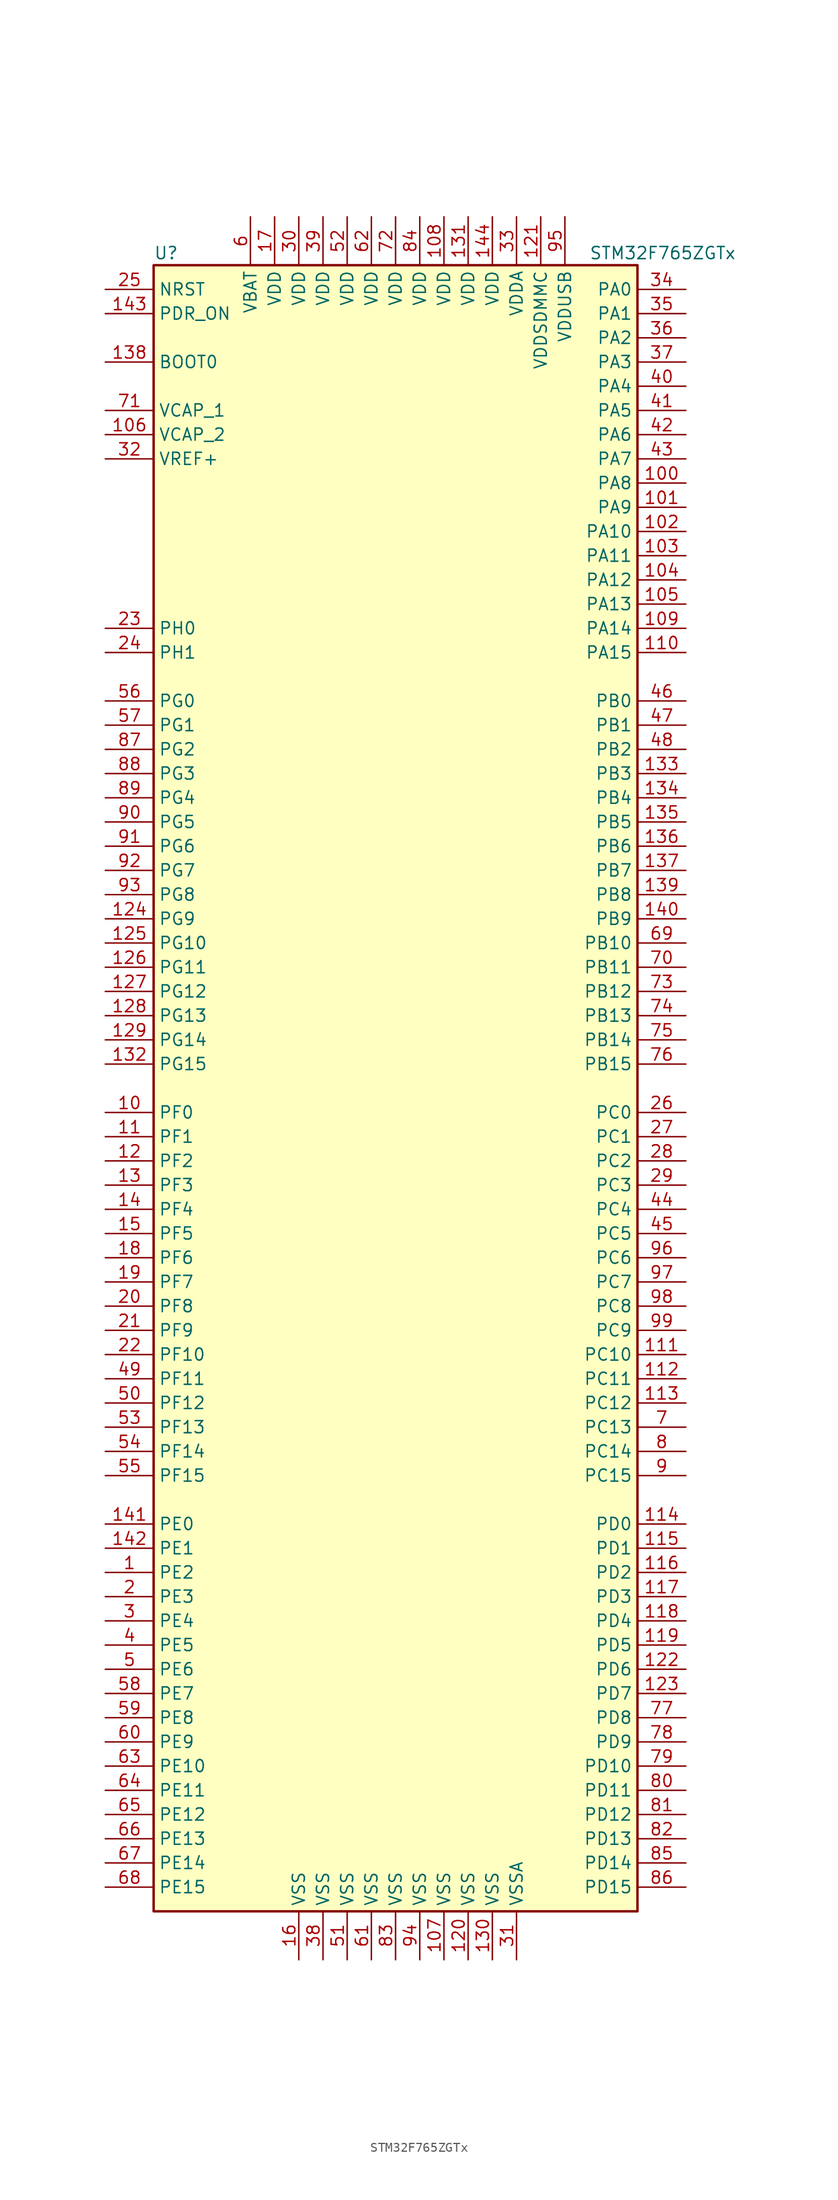
<source format=kicad_sym>
(kicad_symbol_lib
  (version 20201005)
  (generator kicad_symbol_editor)
  (symbol "STM32F765ZGTx"
    (property "Reference" "U"
      (at -25.4 87.63 0)
      (effects (font (size 1.27 1.27)) (justify left)))
    (property "Value" "STM32F765ZGTx"
      (at 20.32 87.63 0)
      (effects (font (size 1.27 1.27)) (justify left)))
    (symbol "STM32F765ZGTx_0_1"
      (rectangle (start -25.4 -86.36) (end 25.4 86.36) (stroke (width 0.254)) (fill (type background))))
    (symbol "STM32F765ZGTx_1_1"
      (pin bidirectional line (at -30.48 -50.8 0) (length 5.08) (name "PE2" (effects (font (size 1.27 1.27)))) (number "1" (effects (font (size 1.27 1.27)))))
      (pin bidirectional line (at -30.48 -2.54 0) (length 5.08) (name "PF0" (effects (font (size 1.27 1.27)))) (number "10" (effects (font (size 1.27 1.27)))))
      (pin bidirectional line (at 30.48 63.5 180) (length 5.08) (name "PA8" (effects (font (size 1.27 1.27)))) (number "100" (effects (font (size 1.27 1.27)))))
      (pin bidirectional line (at 30.48 60.96 180) (length 5.08) (name "PA9" (effects (font (size 1.27 1.27)))) (number "101" (effects (font (size 1.27 1.27)))))
      (pin bidirectional line (at 30.48 58.42 180) (length 5.08) (name "PA10" (effects (font (size 1.27 1.27)))) (number "102" (effects (font (size 1.27 1.27)))))
      (pin bidirectional line (at 30.48 55.88 180) (length 5.08) (name "PA11" (effects (font (size 1.27 1.27)))) (number "103" (effects (font (size 1.27 1.27)))))
      (pin bidirectional line (at 30.48 53.34 180) (length 5.08) (name "PA12" (effects (font (size 1.27 1.27)))) (number "104" (effects (font (size 1.27 1.27)))))
      (pin bidirectional line (at 30.48 50.8 180) (length 5.08) (name "PA13" (effects (font (size 1.27 1.27)))) (number "105" (effects (font (size 1.27 1.27)))))
      (pin power_in line (at -30.48 68.58 0) (length 5.08) (name "VCAP_2" (effects (font (size 1.27 1.27)))) (number "106" (effects (font (size 1.27 1.27)))))
      (pin power_in line (at 5.08 -91.44 90) (length 5.08) (name "VSS" (effects (font (size 1.27 1.27)))) (number "107" (effects (font (size 1.27 1.27)))))
      (pin power_in line (at 5.08 91.44 270) (length 5.08) (name "VDD" (effects (font (size 1.27 1.27)))) (number "108" (effects (font (size 1.27 1.27)))))
      (pin bidirectional line (at 30.48 48.26 180) (length 5.08) (name "PA14" (effects (font (size 1.27 1.27)))) (number "109" (effects (font (size 1.27 1.27)))))
      (pin bidirectional line (at -30.48 -5.08 0) (length 5.08) (name "PF1" (effects (font (size 1.27 1.27)))) (number "11" (effects (font (size 1.27 1.27)))))
      (pin bidirectional line (at 30.48 45.72 180) (length 5.08) (name "PA15" (effects (font (size 1.27 1.27)))) (number "110" (effects (font (size 1.27 1.27)))))
      (pin bidirectional line (at 30.48 -27.94 180) (length 5.08) (name "PC10" (effects (font (size 1.27 1.27)))) (number "111" (effects (font (size 1.27 1.27)))))
      (pin bidirectional line (at 30.48 -30.48 180) (length 5.08) (name "PC11" (effects (font (size 1.27 1.27)))) (number "112" (effects (font (size 1.27 1.27)))))
      (pin bidirectional line (at 30.48 -33.02 180) (length 5.08) (name "PC12" (effects (font (size 1.27 1.27)))) (number "113" (effects (font (size 1.27 1.27)))))
      (pin bidirectional line (at 30.48 -45.72 180) (length 5.08) (name "PD0" (effects (font (size 1.27 1.27)))) (number "114" (effects (font (size 1.27 1.27)))))
      (pin bidirectional line (at 30.48 -48.26 180) (length 5.08) (name "PD1" (effects (font (size 1.27 1.27)))) (number "115" (effects (font (size 1.27 1.27)))))
      (pin bidirectional line (at 30.48 -50.8 180) (length 5.08) (name "PD2" (effects (font (size 1.27 1.27)))) (number "116" (effects (font (size 1.27 1.27)))))
      (pin bidirectional line (at 30.48 -53.34 180) (length 5.08) (name "PD3" (effects (font (size 1.27 1.27)))) (number "117" (effects (font (size 1.27 1.27)))))
      (pin bidirectional line (at 30.48 -55.88 180) (length 5.08) (name "PD4" (effects (font (size 1.27 1.27)))) (number "118" (effects (font (size 1.27 1.27)))))
      (pin bidirectional line (at 30.48 -58.42 180) (length 5.08) (name "PD5" (effects (font (size 1.27 1.27)))) (number "119" (effects (font (size 1.27 1.27)))))
      (pin bidirectional line (at -30.48 -7.62 0) (length 5.08) (name "PF2" (effects (font (size 1.27 1.27)))) (number "12" (effects (font (size 1.27 1.27)))))
      (pin power_in line (at 7.62 -91.44 90) (length 5.08) (name "VSS" (effects (font (size 1.27 1.27)))) (number "120" (effects (font (size 1.27 1.27)))))
      (pin power_in line (at 15.24 91.44 270) (length 5.08) (name "VDDSDMMC" (effects (font (size 1.27 1.27)))) (number "121" (effects (font (size 1.27 1.27)))))
      (pin bidirectional line (at 30.48 -60.96 180) (length 5.08) (name "PD6" (effects (font (size 1.27 1.27)))) (number "122" (effects (font (size 1.27 1.27)))))
      (pin bidirectional line (at 30.48 -63.5 180) (length 5.08) (name "PD7" (effects (font (size 1.27 1.27)))) (number "123" (effects (font (size 1.27 1.27)))))
      (pin bidirectional line (at -30.48 17.78 0) (length 5.08) (name "PG9" (effects (font (size 1.27 1.27)))) (number "124" (effects (font (size 1.27 1.27)))))
      (pin bidirectional line (at -30.48 15.24 0) (length 5.08) (name "PG10" (effects (font (size 1.27 1.27)))) (number "125" (effects (font (size 1.27 1.27)))))
      (pin bidirectional line (at -30.48 12.7 0) (length 5.08) (name "PG11" (effects (font (size 1.27 1.27)))) (number "126" (effects (font (size 1.27 1.27)))))
      (pin bidirectional line (at -30.48 10.16 0) (length 5.08) (name "PG12" (effects (font (size 1.27 1.27)))) (number "127" (effects (font (size 1.27 1.27)))))
      (pin bidirectional line (at -30.48 7.62 0) (length 5.08) (name "PG13" (effects (font (size 1.27 1.27)))) (number "128" (effects (font (size 1.27 1.27)))))
      (pin bidirectional line (at -30.48 5.08 0) (length 5.08) (name "PG14" (effects (font (size 1.27 1.27)))) (number "129" (effects (font (size 1.27 1.27)))))
      (pin bidirectional line (at -30.48 -10.16 0) (length 5.08) (name "PF3" (effects (font (size 1.27 1.27)))) (number "13" (effects (font (size 1.27 1.27)))))
      (pin power_in line (at 10.16 -91.44 90) (length 5.08) (name "VSS" (effects (font (size 1.27 1.27)))) (number "130" (effects (font (size 1.27 1.27)))))
      (pin power_in line (at 7.62 91.44 270) (length 5.08) (name "VDD" (effects (font (size 1.27 1.27)))) (number "131" (effects (font (size 1.27 1.27)))))
      (pin bidirectional line (at -30.48 2.54 0) (length 5.08) (name "PG15" (effects (font (size 1.27 1.27)))) (number "132" (effects (font (size 1.27 1.27)))))
      (pin bidirectional line (at 30.48 33.02 180) (length 5.08) (name "PB3" (effects (font (size 1.27 1.27)))) (number "133" (effects (font (size 1.27 1.27)))))
      (pin bidirectional line (at 30.48 30.48 180) (length 5.08) (name "PB4" (effects (font (size 1.27 1.27)))) (number "134" (effects (font (size 1.27 1.27)))))
      (pin bidirectional line (at 30.48 27.94 180) (length 5.08) (name "PB5" (effects (font (size 1.27 1.27)))) (number "135" (effects (font (size 1.27 1.27)))))
      (pin bidirectional line (at 30.48 25.4 180) (length 5.08) (name "PB6" (effects (font (size 1.27 1.27)))) (number "136" (effects (font (size 1.27 1.27)))))
      (pin bidirectional line (at 30.48 22.86 180) (length 5.08) (name "PB7" (effects (font (size 1.27 1.27)))) (number "137" (effects (font (size 1.27 1.27)))))
      (pin input line (at -30.48 76.2 0) (length 5.08) (name "BOOT0" (effects (font (size 1.27 1.27)))) (number "138" (effects (font (size 1.27 1.27)))))
      (pin bidirectional line (at 30.48 20.32 180) (length 5.08) (name "PB8" (effects (font (size 1.27 1.27)))) (number "139" (effects (font (size 1.27 1.27)))))
      (pin bidirectional line (at -30.48 -12.7 0) (length 5.08) (name "PF4" (effects (font (size 1.27 1.27)))) (number "14" (effects (font (size 1.27 1.27)))))
      (pin bidirectional line (at 30.48 17.78 180) (length 5.08) (name "PB9" (effects (font (size 1.27 1.27)))) (number "140" (effects (font (size 1.27 1.27)))))
      (pin bidirectional line (at -30.48 -45.72 0) (length 5.08) (name "PE0" (effects (font (size 1.27 1.27)))) (number "141" (effects (font (size 1.27 1.27)))))
      (pin bidirectional line (at -30.48 -48.26 0) (length 5.08) (name "PE1" (effects (font (size 1.27 1.27)))) (number "142" (effects (font (size 1.27 1.27)))))
      (pin input line (at -30.48 81.28 0) (length 5.08) (name "PDR_ON" (effects (font (size 1.27 1.27)))) (number "143" (effects (font (size 1.27 1.27)))))
      (pin power_in line (at 10.16 91.44 270) (length 5.08) (name "VDD" (effects (font (size 1.27 1.27)))) (number "144" (effects (font (size 1.27 1.27)))))
      (pin bidirectional line (at -30.48 -15.24 0) (length 5.08) (name "PF5" (effects (font (size 1.27 1.27)))) (number "15" (effects (font (size 1.27 1.27)))))
      (pin power_in line (at -10.16 -91.44 90) (length 5.08) (name "VSS" (effects (font (size 1.27 1.27)))) (number "16" (effects (font (size 1.27 1.27)))))
      (pin power_in line (at -12.7 91.44 270) (length 5.08) (name "VDD" (effects (font (size 1.27 1.27)))) (number "17" (effects (font (size 1.27 1.27)))))
      (pin bidirectional line (at -30.48 -17.78 0) (length 5.08) (name "PF6" (effects (font (size 1.27 1.27)))) (number "18" (effects (font (size 1.27 1.27)))))
      (pin bidirectional line (at -30.48 -20.32 0) (length 5.08) (name "PF7" (effects (font (size 1.27 1.27)))) (number "19" (effects (font (size 1.27 1.27)))))
      (pin bidirectional line (at -30.48 -53.34 0) (length 5.08) (name "PE3" (effects (font (size 1.27 1.27)))) (number "2" (effects (font (size 1.27 1.27)))))
      (pin bidirectional line (at -30.48 -22.86 0) (length 5.08) (name "PF8" (effects (font (size 1.27 1.27)))) (number "20" (effects (font (size 1.27 1.27)))))
      (pin bidirectional line (at -30.48 -25.4 0) (length 5.08) (name "PF9" (effects (font (size 1.27 1.27)))) (number "21" (effects (font (size 1.27 1.27)))))
      (pin bidirectional line (at -30.48 -27.94 0) (length 5.08) (name "PF10" (effects (font (size 1.27 1.27)))) (number "22" (effects (font (size 1.27 1.27)))))
      (pin input line (at -30.48 48.26 0) (length 5.08) (name "PH0" (effects (font (size 1.27 1.27)))) (number "23" (effects (font (size 1.27 1.27)))))
      (pin input line (at -30.48 45.72 0) (length 5.08) (name "PH1" (effects (font (size 1.27 1.27)))) (number "24" (effects (font (size 1.27 1.27)))))
      (pin input line (at -30.48 83.82 0) (length 5.08) (name "NRST" (effects (font (size 1.27 1.27)))) (number "25" (effects (font (size 1.27 1.27)))))
      (pin bidirectional line (at 30.48 -2.54 180) (length 5.08) (name "PC0" (effects (font (size 1.27 1.27)))) (number "26" (effects (font (size 1.27 1.27)))))
      (pin bidirectional line (at 30.48 -5.08 180) (length 5.08) (name "PC1" (effects (font (size 1.27 1.27)))) (number "27" (effects (font (size 1.27 1.27)))))
      (pin bidirectional line (at 30.48 -7.62 180) (length 5.08) (name "PC2" (effects (font (size 1.27 1.27)))) (number "28" (effects (font (size 1.27 1.27)))))
      (pin bidirectional line (at 30.48 -10.16 180) (length 5.08) (name "PC3" (effects (font (size 1.27 1.27)))) (number "29" (effects (font (size 1.27 1.27)))))
      (pin bidirectional line (at -30.48 -55.88 0) (length 5.08) (name "PE4" (effects (font (size 1.27 1.27)))) (number "3" (effects (font (size 1.27 1.27)))))
      (pin power_in line (at -10.16 91.44 270) (length 5.08) (name "VDD" (effects (font (size 1.27 1.27)))) (number "30" (effects (font (size 1.27 1.27)))))
      (pin power_in line (at 12.7 -91.44 90) (length 5.08) (name "VSSA" (effects (font (size 1.27 1.27)))) (number "31" (effects (font (size 1.27 1.27)))))
      (pin power_in line (at -30.48 66.04 0) (length 5.08) (name "VREF+" (effects (font (size 1.27 1.27)))) (number "32" (effects (font (size 1.27 1.27)))))
      (pin power_in line (at 12.7 91.44 270) (length 5.08) (name "VDDA" (effects (font (size 1.27 1.27)))) (number "33" (effects (font (size 1.27 1.27)))))
      (pin bidirectional line (at 30.48 83.82 180) (length 5.08) (name "PA0" (effects (font (size 1.27 1.27)))) (number "34" (effects (font (size 1.27 1.27)))))
      (pin bidirectional line (at 30.48 81.28 180) (length 5.08) (name "PA1" (effects (font (size 1.27 1.27)))) (number "35" (effects (font (size 1.27 1.27)))))
      (pin bidirectional line (at 30.48 78.74 180) (length 5.08) (name "PA2" (effects (font (size 1.27 1.27)))) (number "36" (effects (font (size 1.27 1.27)))))
      (pin bidirectional line (at 30.48 76.2 180) (length 5.08) (name "PA3" (effects (font (size 1.27 1.27)))) (number "37" (effects (font (size 1.27 1.27)))))
      (pin power_in line (at -7.62 -91.44 90) (length 5.08) (name "VSS" (effects (font (size 1.27 1.27)))) (number "38" (effects (font (size 1.27 1.27)))))
      (pin power_in line (at -7.62 91.44 270) (length 5.08) (name "VDD" (effects (font (size 1.27 1.27)))) (number "39" (effects (font (size 1.27 1.27)))))
      (pin bidirectional line (at -30.48 -58.42 0) (length 5.08) (name "PE5" (effects (font (size 1.27 1.27)))) (number "4" (effects (font (size 1.27 1.27)))))
      (pin bidirectional line (at 30.48 73.66 180) (length 5.08) (name "PA4" (effects (font (size 1.27 1.27)))) (number "40" (effects (font (size 1.27 1.27)))))
      (pin bidirectional line (at 30.48 71.12 180) (length 5.08) (name "PA5" (effects (font (size 1.27 1.27)))) (number "41" (effects (font (size 1.27 1.27)))))
      (pin bidirectional line (at 30.48 68.58 180) (length 5.08) (name "PA6" (effects (font (size 1.27 1.27)))) (number "42" (effects (font (size 1.27 1.27)))))
      (pin bidirectional line (at 30.48 66.04 180) (length 5.08) (name "PA7" (effects (font (size 1.27 1.27)))) (number "43" (effects (font (size 1.27 1.27)))))
      (pin bidirectional line (at 30.48 -12.7 180) (length 5.08) (name "PC4" (effects (font (size 1.27 1.27)))) (number "44" (effects (font (size 1.27 1.27)))))
      (pin bidirectional line (at 30.48 -15.24 180) (length 5.08) (name "PC5" (effects (font (size 1.27 1.27)))) (number "45" (effects (font (size 1.27 1.27)))))
      (pin bidirectional line (at 30.48 40.64 180) (length 5.08) (name "PB0" (effects (font (size 1.27 1.27)))) (number "46" (effects (font (size 1.27 1.27)))))
      (pin bidirectional line (at 30.48 38.1 180) (length 5.08) (name "PB1" (effects (font (size 1.27 1.27)))) (number "47" (effects (font (size 1.27 1.27)))))
      (pin bidirectional line (at 30.48 35.56 180) (length 5.08) (name "PB2" (effects (font (size 1.27 1.27)))) (number "48" (effects (font (size 1.27 1.27)))))
      (pin bidirectional line (at -30.48 -30.48 0) (length 5.08) (name "PF11" (effects (font (size 1.27 1.27)))) (number "49" (effects (font (size 1.27 1.27)))))
      (pin bidirectional line (at -30.48 -60.96 0) (length 5.08) (name "PE6" (effects (font (size 1.27 1.27)))) (number "5" (effects (font (size 1.27 1.27)))))
      (pin bidirectional line (at -30.48 -33.02 0) (length 5.08) (name "PF12" (effects (font (size 1.27 1.27)))) (number "50" (effects (font (size 1.27 1.27)))))
      (pin power_in line (at -5.08 -91.44 90) (length 5.08) (name "VSS" (effects (font (size 1.27 1.27)))) (number "51" (effects (font (size 1.27 1.27)))))
      (pin power_in line (at -5.08 91.44 270) (length 5.08) (name "VDD" (effects (font (size 1.27 1.27)))) (number "52" (effects (font (size 1.27 1.27)))))
      (pin bidirectional line (at -30.48 -35.56 0) (length 5.08) (name "PF13" (effects (font (size 1.27 1.27)))) (number "53" (effects (font (size 1.27 1.27)))))
      (pin bidirectional line (at -30.48 -38.1 0) (length 5.08) (name "PF14" (effects (font (size 1.27 1.27)))) (number "54" (effects (font (size 1.27 1.27)))))
      (pin bidirectional line (at -30.48 -40.64 0) (length 5.08) (name "PF15" (effects (font (size 1.27 1.27)))) (number "55" (effects (font (size 1.27 1.27)))))
      (pin bidirectional line (at -30.48 40.64 0) (length 5.08) (name "PG0" (effects (font (size 1.27 1.27)))) (number "56" (effects (font (size 1.27 1.27)))))
      (pin bidirectional line (at -30.48 38.1 0) (length 5.08) (name "PG1" (effects (font (size 1.27 1.27)))) (number "57" (effects (font (size 1.27 1.27)))))
      (pin bidirectional line (at -30.48 -63.5 0) (length 5.08) (name "PE7" (effects (font (size 1.27 1.27)))) (number "58" (effects (font (size 1.27 1.27)))))
      (pin bidirectional line (at -30.48 -66.04 0) (length 5.08) (name "PE8" (effects (font (size 1.27 1.27)))) (number "59" (effects (font (size 1.27 1.27)))))
      (pin power_in line (at -15.24 91.44 270) (length 5.08) (name "VBAT" (effects (font (size 1.27 1.27)))) (number "6" (effects (font (size 1.27 1.27)))))
      (pin bidirectional line (at -30.48 -68.58 0) (length 5.08) (name "PE9" (effects (font (size 1.27 1.27)))) (number "60" (effects (font (size 1.27 1.27)))))
      (pin power_in line (at -2.54 -91.44 90) (length 5.08) (name "VSS" (effects (font (size 1.27 1.27)))) (number "61" (effects (font (size 1.27 1.27)))))
      (pin power_in line (at -2.54 91.44 270) (length 5.08) (name "VDD" (effects (font (size 1.27 1.27)))) (number "62" (effects (font (size 1.27 1.27)))))
      (pin bidirectional line (at -30.48 -71.12 0) (length 5.08) (name "PE10" (effects (font (size 1.27 1.27)))) (number "63" (effects (font (size 1.27 1.27)))))
      (pin bidirectional line (at -30.48 -73.66 0) (length 5.08) (name "PE11" (effects (font (size 1.27 1.27)))) (number "64" (effects (font (size 1.27 1.27)))))
      (pin bidirectional line (at -30.48 -76.2 0) (length 5.08) (name "PE12" (effects (font (size 1.27 1.27)))) (number "65" (effects (font (size 1.27 1.27)))))
      (pin bidirectional line (at -30.48 -78.74 0) (length 5.08) (name "PE13" (effects (font (size 1.27 1.27)))) (number "66" (effects (font (size 1.27 1.27)))))
      (pin bidirectional line (at -30.48 -81.28 0) (length 5.08) (name "PE14" (effects (font (size 1.27 1.27)))) (number "67" (effects (font (size 1.27 1.27)))))
      (pin bidirectional line (at -30.48 -83.82 0) (length 5.08) (name "PE15" (effects (font (size 1.27 1.27)))) (number "68" (effects (font (size 1.27 1.27)))))
      (pin bidirectional line (at 30.48 15.24 180) (length 5.08) (name "PB10" (effects (font (size 1.27 1.27)))) (number "69" (effects (font (size 1.27 1.27)))))
      (pin bidirectional line (at 30.48 -35.56 180) (length 5.08) (name "PC13" (effects (font (size 1.27 1.27)))) (number "7" (effects (font (size 1.27 1.27)))))
      (pin bidirectional line (at 30.48 12.7 180) (length 5.08) (name "PB11" (effects (font (size 1.27 1.27)))) (number "70" (effects (font (size 1.27 1.27)))))
      (pin power_in line (at -30.48 71.12 0) (length 5.08) (name "VCAP_1" (effects (font (size 1.27 1.27)))) (number "71" (effects (font (size 1.27 1.27)))))
      (pin power_in line (at 0 91.44 270) (length 5.08) (name "VDD" (effects (font (size 1.27 1.27)))) (number "72" (effects (font (size 1.27 1.27)))))
      (pin bidirectional line (at 30.48 10.16 180) (length 5.08) (name "PB12" (effects (font (size 1.27 1.27)))) (number "73" (effects (font (size 1.27 1.27)))))
      (pin bidirectional line (at 30.48 7.62 180) (length 5.08) (name "PB13" (effects (font (size 1.27 1.27)))) (number "74" (effects (font (size 1.27 1.27)))))
      (pin bidirectional line (at 30.48 5.08 180) (length 5.08) (name "PB14" (effects (font (size 1.27 1.27)))) (number "75" (effects (font (size 1.27 1.27)))))
      (pin bidirectional line (at 30.48 2.54 180) (length 5.08) (name "PB15" (effects (font (size 1.27 1.27)))) (number "76" (effects (font (size 1.27 1.27)))))
      (pin bidirectional line (at 30.48 -66.04 180) (length 5.08) (name "PD8" (effects (font (size 1.27 1.27)))) (number "77" (effects (font (size 1.27 1.27)))))
      (pin bidirectional line (at 30.48 -68.58 180) (length 5.08) (name "PD9" (effects (font (size 1.27 1.27)))) (number "78" (effects (font (size 1.27 1.27)))))
      (pin bidirectional line (at 30.48 -71.12 180) (length 5.08) (name "PD10" (effects (font (size 1.27 1.27)))) (number "79" (effects (font (size 1.27 1.27)))))
      (pin bidirectional line (at 30.48 -38.1 180) (length 5.08) (name "PC14" (effects (font (size 1.27 1.27)))) (number "8" (effects (font (size 1.27 1.27)))))
      (pin bidirectional line (at 30.48 -73.66 180) (length 5.08) (name "PD11" (effects (font (size 1.27 1.27)))) (number "80" (effects (font (size 1.27 1.27)))))
      (pin bidirectional line (at 30.48 -76.2 180) (length 5.08) (name "PD12" (effects (font (size 1.27 1.27)))) (number "81" (effects (font (size 1.27 1.27)))))
      (pin bidirectional line (at 30.48 -78.74 180) (length 5.08) (name "PD13" (effects (font (size 1.27 1.27)))) (number "82" (effects (font (size 1.27 1.27)))))
      (pin power_in line (at 0 -91.44 90) (length 5.08) (name "VSS" (effects (font (size 1.27 1.27)))) (number "83" (effects (font (size 1.27 1.27)))))
      (pin power_in line (at 2.54 91.44 270) (length 5.08) (name "VDD" (effects (font (size 1.27 1.27)))) (number "84" (effects (font (size 1.27 1.27)))))
      (pin bidirectional line (at 30.48 -81.28 180) (length 5.08) (name "PD14" (effects (font (size 1.27 1.27)))) (number "85" (effects (font (size 1.27 1.27)))))
      (pin bidirectional line (at 30.48 -83.82 180) (length 5.08) (name "PD15" (effects (font (size 1.27 1.27)))) (number "86" (effects (font (size 1.27 1.27)))))
      (pin bidirectional line (at -30.48 35.56 0) (length 5.08) (name "PG2" (effects (font (size 1.27 1.27)))) (number "87" (effects (font (size 1.27 1.27)))))
      (pin bidirectional line (at -30.48 33.02 0) (length 5.08) (name "PG3" (effects (font (size 1.27 1.27)))) (number "88" (effects (font (size 1.27 1.27)))))
      (pin bidirectional line (at -30.48 30.48 0) (length 5.08) (name "PG4" (effects (font (size 1.27 1.27)))) (number "89" (effects (font (size 1.27 1.27)))))
      (pin bidirectional line (at 30.48 -40.64 180) (length 5.08) (name "PC15" (effects (font (size 1.27 1.27)))) (number "9" (effects (font (size 1.27 1.27)))))
      (pin bidirectional line (at -30.48 27.94 0) (length 5.08) (name "PG5" (effects (font (size 1.27 1.27)))) (number "90" (effects (font (size 1.27 1.27)))))
      (pin bidirectional line (at -30.48 25.4 0) (length 5.08) (name "PG6" (effects (font (size 1.27 1.27)))) (number "91" (effects (font (size 1.27 1.27)))))
      (pin bidirectional line (at -30.48 22.86 0) (length 5.08) (name "PG7" (effects (font (size 1.27 1.27)))) (number "92" (effects (font (size 1.27 1.27)))))
      (pin bidirectional line (at -30.48 20.32 0) (length 5.08) (name "PG8" (effects (font (size 1.27 1.27)))) (number "93" (effects (font (size 1.27 1.27)))))
      (pin power_in line (at 2.54 -91.44 90) (length 5.08) (name "VSS" (effects (font (size 1.27 1.27)))) (number "94" (effects (font (size 1.27 1.27)))))
      (pin power_in line (at 17.78 91.44 270) (length 5.08) (name "VDDUSB" (effects (font (size 1.27 1.27)))) (number "95" (effects (font (size 1.27 1.27)))))
      (pin bidirectional line (at 30.48 -17.78 180) (length 5.08) (name "PC6" (effects (font (size 1.27 1.27)))) (number "96" (effects (font (size 1.27 1.27)))))
      (pin bidirectional line (at 30.48 -20.32 180) (length 5.08) (name "PC7" (effects (font (size 1.27 1.27)))) (number "97" (effects (font (size 1.27 1.27)))))
      (pin bidirectional line (at 30.48 -22.86 180) (length 5.08) (name "PC8" (effects (font (size 1.27 1.27)))) (number "98" (effects (font (size 1.27 1.27)))))
      (pin bidirectional line (at 30.48 -25.4 180) (length 5.08) (name "PC9" (effects (font (size 1.27 1.27)))) (number "99" (effects (font (size 1.27 1.27))))))))
</source>
